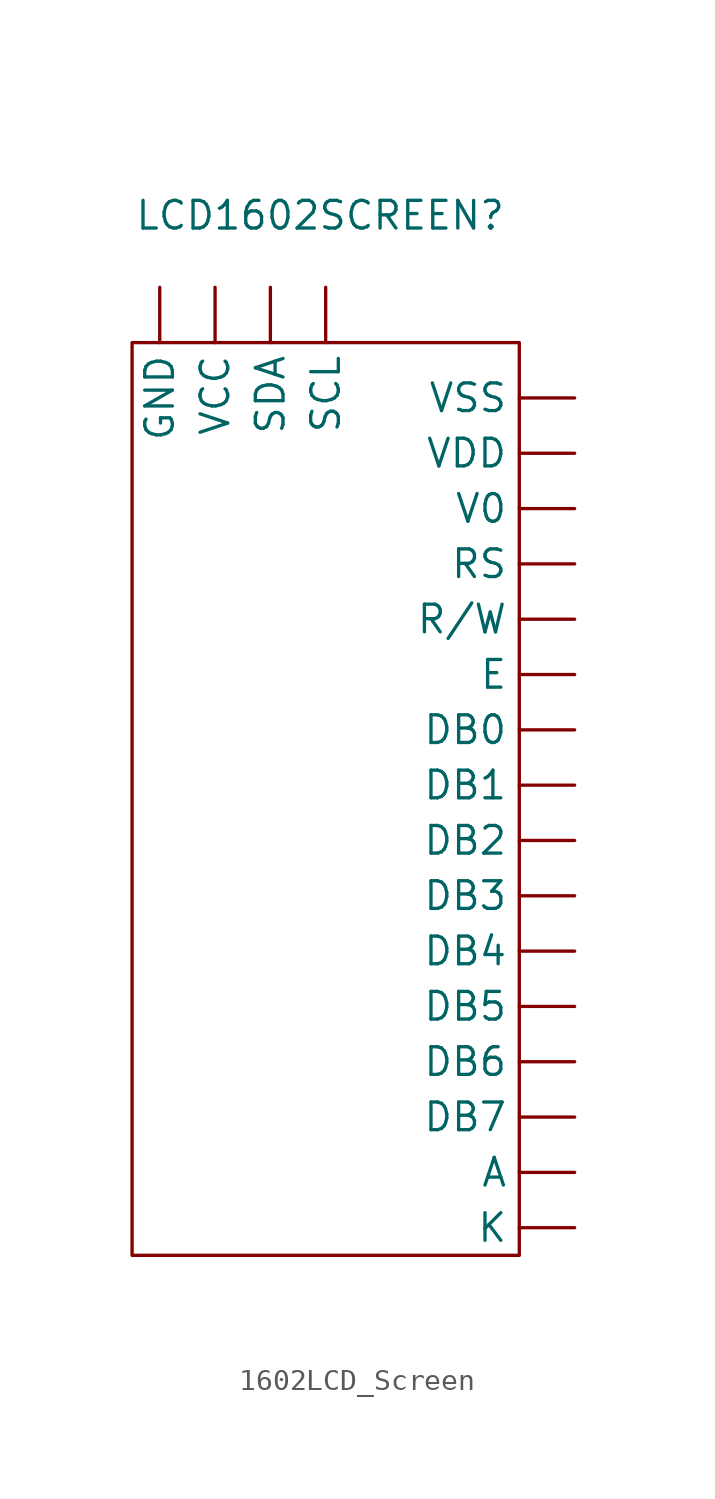
<source format=kicad_sym>
(kicad_symbol_lib
  (version 20231120)
  (generator "kicad_symbol_editor")
  (generator_version "8.0")
  (symbol "1602LCD_Screen"
    (property "Reference" "LCD1602SCREEN"
      (at 6.096 4.572 0)
      (effects (font (size 1.27 1.27))))
    (property "Value" ""
      (at 0 0 0)
      (effects (font (size 1.27 1.27))))
    (symbol "1602LCD_Screen_0_1"
      (rectangle (start -2.54 -1.27) (end 15.24 -43.18) (stroke (width 0) (type default)) (fill (type none))))
    (symbol "1602LCD_Screen_1_1"
      (pin output line (at 17.78 -39.37 180) (length 2.54) (name "A" (effects (font (size 1.27 1.27)))) (number "" (effects (font (size 1.27 1.27)))))
      (pin output line (at 17.78 -19.05 180) (length 2.54) (name "DB0" (effects (font (size 1.27 1.27)))) (number "" (effects (font (size 1.27 1.27)))))
      (pin output line (at 17.78 -21.59 180) (length 2.54) (name "DB1" (effects (font (size 1.27 1.27)))) (number "" (effects (font (size 1.27 1.27)))))
      (pin output line (at 17.78 -24.13 180) (length 2.54) (name "DB2" (effects (font (size 1.27 1.27)))) (number "" (effects (font (size 1.27 1.27)))))
      (pin output line (at 17.78 -26.67 180) (length 2.54) (name "DB3" (effects (font (size 1.27 1.27)))) (number "" (effects (font (size 1.27 1.27)))))
      (pin output line (at 17.78 -29.21 180) (length 2.54) (name "DB4" (effects (font (size 1.27 1.27)))) (number "" (effects (font (size 1.27 1.27)))))
      (pin output line (at 17.78 -31.75 180) (length 2.54) (name "DB5" (effects (font (size 1.27 1.27)))) (number "" (effects (font (size 1.27 1.27)))))
      (pin output line (at 17.78 -34.29 180) (length 2.54) (name "DB6" (effects (font (size 1.27 1.27)))) (number "" (effects (font (size 1.27 1.27)))))
      (pin output line (at 17.78 -36.83 180) (length 2.54) (name "DB7" (effects (font (size 1.27 1.27)))) (number "" (effects (font (size 1.27 1.27)))))
      (pin output line (at 17.78 -16.51 180) (length 2.54) (name "E" (effects (font (size 1.27 1.27)))) (number "" (effects (font (size 1.27 1.27)))))
      (pin output line (at -1.27 1.27 270) (length 2.54) (name "GND" (effects (font (size 1.27 1.27)))) (number "" (effects (font (size 1.27 1.27)))))
      (pin output line (at 17.78 -41.91 180) (length 2.54) (name "K" (effects (font (size 1.27 1.27)))) (number "" (effects (font (size 1.27 1.27)))))
      (pin output line (at 17.78 -13.97 180) (length 2.54) (name "R/W" (effects (font (size 1.27 1.27)))) (number "" (effects (font (size 1.27 1.27)))))
      (pin output line (at 17.78 -11.43 180) (length 2.54) (name "RS" (effects (font (size 1.27 1.27)))) (number "" (effects (font (size 1.27 1.27)))))
      (pin output line (at 6.35 1.27 270) (length 2.54) (name "SCL" (effects (font (size 1.27 1.27)))) (number "" (effects (font (size 1.27 1.27)))))
      (pin output line (at 3.81 1.27 270) (length 2.54) (name "SDA" (effects (font (size 1.27 1.27)))) (number "" (effects (font (size 1.27 1.27)))))
      (pin output line (at 17.78 -8.89 180) (length 2.54) (name "V0" (effects (font (size 1.27 1.27)))) (number "" (effects (font (size 1.27 1.27)))))
      (pin output line (at 1.27 1.27 270) (length 2.54) (name "VCC" (effects (font (size 1.27 1.27)))) (number "" (effects (font (size 1.27 1.27)))))
      (pin output line (at 17.78 -6.35 180) (length 2.54) (name "VDD" (effects (font (size 1.27 1.27)))) (number "" (effects (font (size 1.27 1.27)))))
      (pin output line (at 17.78 -3.81 180) (length 2.54) (name "VSS" (effects (font (size 1.27 1.27)))) (number "" (effects (font (size 1.27 1.27))))))))
</source>
